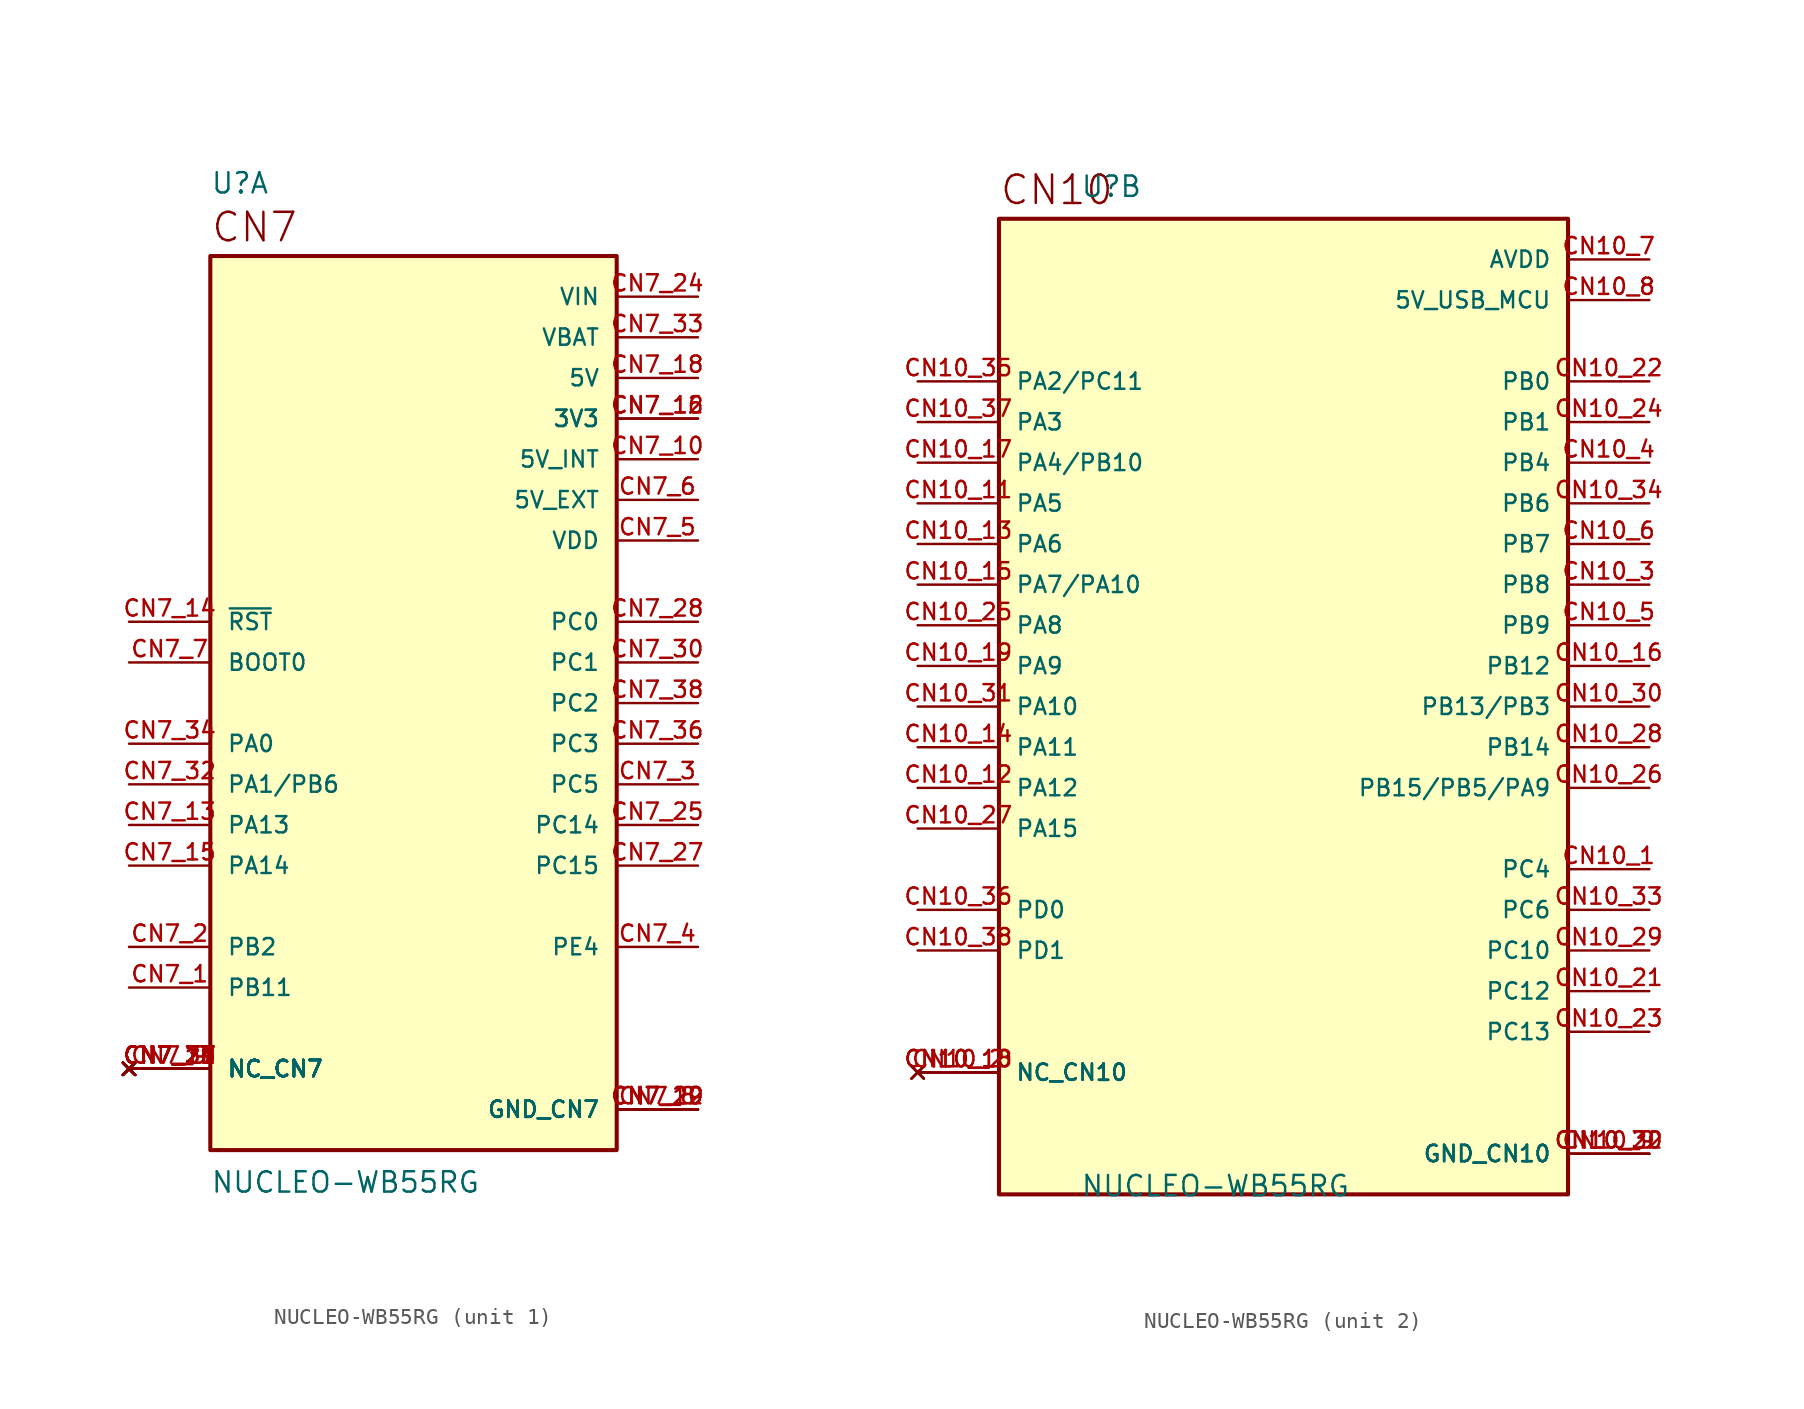
<source format=kicad_sym>
(kicad_symbol_lib
  (version 20211014)
  (generator kicad_symbol_editor)
  (symbol "NUCLEO-WB55RG"
    (pin_names
      (offset 1.016))
    (property "Reference" "U"
      (at -12.7 31.75 0)
      (effects (font (size 1.27 1.27)) (justify bottom left)))
    (property "Value" "NUCLEO-WB55RG"
      (at -12.7 -29.21 0.0)
      (effects (font (size 1.27 1.27)) (justify top left)))
    (symbol "NUCLEO-WB55RG_1_0"
      (text "CN7" (at -12.7 28.702 0) (effects (font (size 1.778 1.778)) (justify bottom left)))
      (rectangle (start -12.7 -27.94) (end 12.7 27.94) (stroke (width 0.254)) (fill (type background)))
      (pin bidirectional line (at 17.78 -5.08 180.0) (length 5.08) (name "PC5" (effects (font (size 1.016 1.016)))) (number "CN7_3" (effects (font (size 1.016 1.016)))))
      (pin bidirectional line (at -17.78 -15.24 0) (length 5.08) (name "PB2" (effects (font (size 1.016 1.016)))) (number "CN7_2" (effects (font (size 1.016 1.016)))))
      (pin bidirectional line (at -17.78 -17.78 0) (length 5.08) (name "PB11" (effects (font (size 1.016 1.016)))) (number "CN7_1" (effects (font (size 1.016 1.016)))))
      (pin bidirectional line (at 17.78 -15.24 180.0) (length 5.08) (name "PE4" (effects (font (size 1.016 1.016)))) (number "CN7_4" (effects (font (size 1.016 1.016)))))
      (pin power_in line (at 17.78 10.16 180.0) (length 5.08) (name "VDD" (effects (font (size 1.016 1.016)))) (number "CN7_5" (effects (font (size 1.016 1.016)))))
      (pin input line (at -17.78 2.54 0) (length 5.08) (name "BOOT0" (effects (font (size 1.016 1.016)))) (number "CN7_7" (effects (font (size 1.016 1.016)))))
      (pin no_connect line (at -17.78 -22.86 0) (length 5.08) (name "NC_CN7" (effects (font (size 1.016 1.016)))) (number "CN7_9" (effects (font (size 1.016 1.016)))))
      (pin no_connect line (at -17.78 -22.86 0) (length 5.08) (name "NC_CN7" (effects (font (size 1.016 1.016)))) (number "CN7_11" (effects (font (size 1.016 1.016)))))
      (pin no_connect line (at -17.78 -22.86 0) (length 5.08) (name "NC_CN7" (effects (font (size 1.016 1.016)))) (number "CN7_17" (effects (font (size 1.016 1.016)))))
      (pin no_connect line (at -17.78 -22.86 0) (length 5.08) (name "NC_CN7" (effects (font (size 1.016 1.016)))) (number "CN7_21" (effects (font (size 1.016 1.016)))))
      (pin no_connect line (at -17.78 -22.86 0) (length 5.08) (name "NC_CN7" (effects (font (size 1.016 1.016)))) (number "CN7_23" (effects (font (size 1.016 1.016)))))
      (pin no_connect line (at -17.78 -22.86 0) (length 5.08) (name "NC_CN7" (effects (font (size 1.016 1.016)))) (number "CN7_26" (effects (font (size 1.016 1.016)))))
      (pin no_connect line (at -17.78 -22.86 0) (length 5.08) (name "NC_CN7" (effects (font (size 1.016 1.016)))) (number "CN7_29" (effects (font (size 1.016 1.016)))))
      (pin no_connect line (at -17.78 -22.86 0) (length 5.08) (name "NC_CN7" (effects (font (size 1.016 1.016)))) (number "CN7_31" (effects (font (size 1.016 1.016)))))
      (pin no_connect line (at -17.78 -22.86 0) (length 5.08) (name "NC_CN7" (effects (font (size 1.016 1.016)))) (number "CN7_35" (effects (font (size 1.016 1.016)))))
      (pin no_connect line (at -17.78 -22.86 0) (length 5.08) (name "NC_CN7" (effects (font (size 1.016 1.016)))) (number "CN7_37" (effects (font (size 1.016 1.016)))))
      (pin bidirectional line (at -17.78 -7.62 0) (length 5.08) (name "PA13" (effects (font (size 1.016 1.016)))) (number "CN7_13" (effects (font (size 1.016 1.016)))))
      (pin bidirectional line (at -17.78 -10.16 0) (length 5.08) (name "PA14" (effects (font (size 1.016 1.016)))) (number "CN7_15" (effects (font (size 1.016 1.016)))))
      (pin power_in line (at 17.78 -25.4 180.0) (length 5.08) (name "GND_CN7" (effects (font (size 1.016 1.016)))) (number "CN7_8" (effects (font (size 1.016 1.016)))))
      (pin power_in line (at 17.78 -25.4 180.0) (length 5.08) (name "GND_CN7" (effects (font (size 1.016 1.016)))) (number "CN7_19" (effects (font (size 1.016 1.016)))))
      (pin power_in line (at 17.78 -25.4 180.0) (length 5.08) (name "GND_CN7" (effects (font (size 1.016 1.016)))) (number "CN7_20" (effects (font (size 1.016 1.016)))))
      (pin power_in line (at 17.78 -25.4 180.0) (length 5.08) (name "GND_CN7" (effects (font (size 1.016 1.016)))) (number "CN7_22" (effects (font (size 1.016 1.016)))))
      (pin bidirectional line (at 17.78 -7.62 180.0) (length 5.08) (name "PC14" (effects (font (size 1.016 1.016)))) (number "CN7_25" (effects (font (size 1.016 1.016)))))
      (pin bidirectional line (at 17.78 -10.16 180.0) (length 5.08) (name "PC15" (effects (font (size 1.016 1.016)))) (number "CN7_27" (effects (font (size 1.016 1.016)))))
      (pin power_in line (at 17.78 22.86 180.0) (length 5.08) (name "VBAT" (effects (font (size 1.016 1.016)))) (number "CN7_33" (effects (font (size 1.016 1.016)))))
      (pin bidirectional line (at 17.78 0.0 180.0) (length 5.08) (name "PC2" (effects (font (size 1.016 1.016)))) (number "CN7_38" (effects (font (size 1.016 1.016)))))
      (pin bidirectional line (at 17.78 -2.54 180.0) (length 5.08) (name "PC3" (effects (font (size 1.016 1.016)))) (number "CN7_36" (effects (font (size 1.016 1.016)))))
      (pin bidirectional line (at -17.78 -2.54 0) (length 5.08) (name "PA0" (effects (font (size 1.016 1.016)))) (number "CN7_34" (effects (font (size 1.016 1.016)))))
      (pin bidirectional line (at -17.78 -5.08 0) (length 5.08) (name "PA1/PB6" (effects (font (size 1.016 1.016)))) (number "CN7_32" (effects (font (size 1.016 1.016)))))
      (pin bidirectional line (at 17.78 2.54 180.0) (length 5.08) (name "PC1" (effects (font (size 1.016 1.016)))) (number "CN7_30" (effects (font (size 1.016 1.016)))))
      (pin bidirectional line (at 17.78 5.08 180.0) (length 5.08) (name "PC0" (effects (font (size 1.016 1.016)))) (number "CN7_28" (effects (font (size 1.016 1.016)))))
      (pin power_in line (at 17.78 25.4 180.0) (length 5.08) (name "VIN" (effects (font (size 1.016 1.016)))) (number "CN7_24" (effects (font (size 1.016 1.016)))))
      (pin power_in line (at 17.78 20.32 180.0) (length 5.08) (name "5V" (effects (font (size 1.016 1.016)))) (number "CN7_18" (effects (font (size 1.016 1.016)))))
      (pin input line (at -17.78 5.08 0) (length 5.08) (name "~{RST}" (effects (font (size 1.016 1.016)))) (number "CN7_14" (effects (font (size 1.016 1.016)))))
      (pin power_in line (at 17.78 17.78 180.0) (length 5.08) (name "3V3" (effects (font (size 1.016 1.016)))) (number "CN7_12" (effects (font (size 1.016 1.016)))))
      (pin power_in line (at 17.78 17.78 180.0) (length 5.08) (name "3V3" (effects (font (size 1.016 1.016)))) (number "CN7_16" (effects (font (size 1.016 1.016)))))
      (pin power_in line (at 17.78 15.24 180.0) (length 5.08) (name "5V_INT" (effects (font (size 1.016 1.016)))) (number "CN7_10" (effects (font (size 1.016 1.016)))))
      (pin power_in line (at 17.78 12.7 180.0) (length 5.08) (name "5V_EXT" (effects (font (size 1.016 1.016)))) (number "CN7_6" (effects (font (size 1.016 1.016))))))
    (symbol "NUCLEO-WB55RG_2_0"
      (text "CN10" (at -17.78 31.242 0) (effects (font (size 1.778 1.778)) (justify bottom left)))
      (rectangle (start -17.78 -30.48) (end 17.78 30.48) (stroke (width 0.254)) (fill (type background)))
      (pin bidirectional line (at 22.86 -10.16 180.0) (length 5.08) (name "PC4" (effects (font (size 1.016 1.016)))) (number "CN10_1" (effects (font (size 1.016 1.016)))))
      (pin bidirectional line (at 22.86 7.62 180.0) (length 5.08) (name "PB8" (effects (font (size 1.016 1.016)))) (number "CN10_3" (effects (font (size 1.016 1.016)))))
      (pin bidirectional line (at 22.86 5.08 180.0) (length 5.08) (name "PB9" (effects (font (size 1.016 1.016)))) (number "CN10_5" (effects (font (size 1.016 1.016)))))
      (pin power_in line (at 22.86 27.94 180.0) (length 5.08) (name "AVDD" (effects (font (size 1.016 1.016)))) (number "CN10_7" (effects (font (size 1.016 1.016)))))
      (pin power_in line (at 22.86 -27.94 180.0) (length 5.08) (name "GND_CN10" (effects (font (size 1.016 1.016)))) (number "CN10_9" (effects (font (size 1.016 1.016)))))
      (pin power_in line (at 22.86 -27.94 180.0) (length 5.08) (name "GND_CN10" (effects (font (size 1.016 1.016)))) (number "CN10_20" (effects (font (size 1.016 1.016)))))
      (pin power_in line (at 22.86 -27.94 180.0) (length 5.08) (name "GND_CN10" (effects (font (size 1.016 1.016)))) (number "CN10_32" (effects (font (size 1.016 1.016)))))
      (pin bidirectional line (at -22.86 12.7 0) (length 5.08) (name "PA5" (effects (font (size 1.016 1.016)))) (number "CN10_11" (effects (font (size 1.016 1.016)))))
      (pin bidirectional line (at -22.86 10.16 0) (length 5.08) (name "PA6" (effects (font (size 1.016 1.016)))) (number "CN10_13" (effects (font (size 1.016 1.016)))))
      (pin bidirectional line (at -22.86 7.62 0) (length 5.08) (name "PA7/PA10" (effects (font (size 1.016 1.016)))) (number "CN10_15" (effects (font (size 1.016 1.016)))))
      (pin bidirectional line (at -22.86 15.24 0) (length 5.08) (name "PA4/PB10" (effects (font (size 1.016 1.016)))) (number "CN10_17" (effects (font (size 1.016 1.016)))))
      (pin bidirectional line (at -22.86 2.54 0) (length 5.08) (name "PA9" (effects (font (size 1.016 1.016)))) (number "CN10_19" (effects (font (size 1.016 1.016)))))
      (pin bidirectional line (at 22.86 -17.78 180.0) (length 5.08) (name "PC12" (effects (font (size 1.016 1.016)))) (number "CN10_21" (effects (font (size 1.016 1.016)))))
      (pin bidirectional line (at 22.86 -20.32 180.0) (length 5.08) (name "PC13" (effects (font (size 1.016 1.016)))) (number "CN10_23" (effects (font (size 1.016 1.016)))))
      (pin bidirectional line (at -22.86 5.08 0) (length 5.08) (name "PA8" (effects (font (size 1.016 1.016)))) (number "CN10_25" (effects (font (size 1.016 1.016)))))
      (pin bidirectional line (at -22.86 -7.62 0) (length 5.08) (name "PA15" (effects (font (size 1.016 1.016)))) (number "CN10_27" (effects (font (size 1.016 1.016)))))
      (pin bidirectional line (at 22.86 -15.24 180.0) (length 5.08) (name "PC10" (effects (font (size 1.016 1.016)))) (number "CN10_29" (effects (font (size 1.016 1.016)))))
      (pin bidirectional line (at -22.86 0.0 0) (length 5.08) (name "PA10" (effects (font (size 1.016 1.016)))) (number "CN10_31" (effects (font (size 1.016 1.016)))))
      (pin bidirectional line (at 22.86 -12.7 180.0) (length 5.08) (name "PC6" (effects (font (size 1.016 1.016)))) (number "CN10_33" (effects (font (size 1.016 1.016)))))
      (pin bidirectional line (at -22.86 20.32 0) (length 5.08) (name "PA2/PC11" (effects (font (size 1.016 1.016)))) (number "CN10_35" (effects (font (size 1.016 1.016)))))
      (pin bidirectional line (at -22.86 17.78 0) (length 5.08) (name "PA3" (effects (font (size 1.016 1.016)))) (number "CN10_37" (effects (font (size 1.016 1.016)))))
      (pin no_connect line (at -22.86 -22.86 0) (length 5.08) (name "NC_CN10" (effects (font (size 1.016 1.016)))) (number "CN10_2" (effects (font (size 1.016 1.016)))))
      (pin no_connect line (at -22.86 -22.86 0) (length 5.08) (name "NC_CN10" (effects (font (size 1.016 1.016)))) (number "CN10_10" (effects (font (size 1.016 1.016)))))
      (pin no_connect line (at -22.86 -22.86 0) (length 5.08) (name "NC_CN10" (effects (font (size 1.016 1.016)))) (number "CN10_18" (effects (font (size 1.016 1.016)))))
      (pin bidirectional line (at 22.86 15.24 180.0) (length 5.08) (name "PB4" (effects (font (size 1.016 1.016)))) (number "CN10_4" (effects (font (size 1.016 1.016)))))
      (pin bidirectional line (at 22.86 10.16 180.0) (length 5.08) (name "PB7" (effects (font (size 1.016 1.016)))) (number "CN10_6" (effects (font (size 1.016 1.016)))))
      (pin power_in line (at 22.86 25.4 180.0) (length 5.08) (name "5V_USB_MCU" (effects (font (size 1.016 1.016)))) (number "CN10_8" (effects (font (size 1.016 1.016)))))
      (pin bidirectional line (at -22.86 -5.08 0) (length 5.08) (name "PA12" (effects (font (size 1.016 1.016)))) (number "CN10_12" (effects (font (size 1.016 1.016)))))
      (pin bidirectional line (at -22.86 -2.54 0) (length 5.08) (name "PA11" (effects (font (size 1.016 1.016)))) (number "CN10_14" (effects (font (size 1.016 1.016)))))
      (pin bidirectional line (at 22.86 2.54 180.0) (length 5.08) (name "PB12" (effects (font (size 1.016 1.016)))) (number "CN10_16" (effects (font (size 1.016 1.016)))))
      (pin bidirectional line (at 22.86 17.78 180.0) (length 5.08) (name "PB1" (effects (font (size 1.016 1.016)))) (number "CN10_24" (effects (font (size 1.016 1.016)))))
      (pin bidirectional line (at 22.86 -5.08 180.0) (length 5.08) (name "PB15/PB5/PA9" (effects (font (size 1.016 1.016)))) (number "CN10_26" (effects (font (size 1.016 1.016)))))
      (pin bidirectional line (at 22.86 0.0 180.0) (length 5.08) (name "PB13/PB3" (effects (font (size 1.016 1.016)))) (number "CN10_30" (effects (font (size 1.016 1.016)))))
      (pin bidirectional line (at 22.86 -2.54 180.0) (length 5.08) (name "PB14" (effects (font (size 1.016 1.016)))) (number "CN10_28" (effects (font (size 1.016 1.016)))))
      (pin bidirectional line (at 22.86 12.7 180.0) (length 5.08) (name "PB6" (effects (font (size 1.016 1.016)))) (number "CN10_34" (effects (font (size 1.016 1.016)))))
      (pin bidirectional line (at -22.86 -12.7 0) (length 5.08) (name "PD0" (effects (font (size 1.016 1.016)))) (number "CN10_36" (effects (font (size 1.016 1.016)))))
      (pin bidirectional line (at -22.86 -15.24 0) (length 5.08) (name "PD1" (effects (font (size 1.016 1.016)))) (number "CN10_38" (effects (font (size 1.016 1.016)))))
      (pin bidirectional line (at 22.86 20.32 180.0) (length 5.08) (name "PB0" (effects (font (size 1.016 1.016)))) (number "CN10_22" (effects (font (size 1.016 1.016))))))))
</source>
